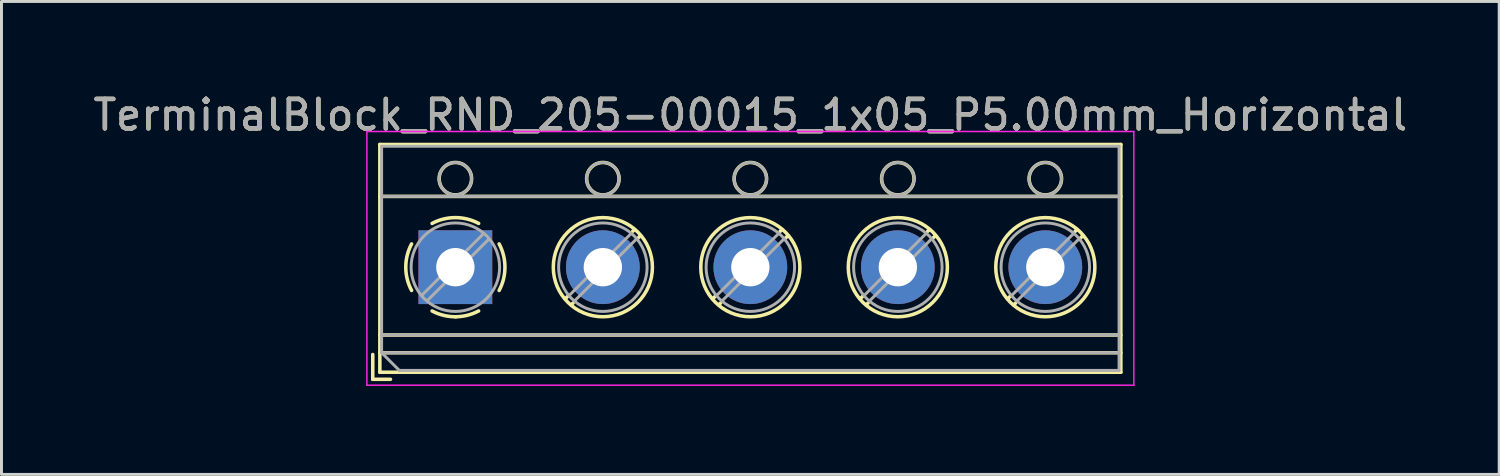
<source format=kicad_pcb>
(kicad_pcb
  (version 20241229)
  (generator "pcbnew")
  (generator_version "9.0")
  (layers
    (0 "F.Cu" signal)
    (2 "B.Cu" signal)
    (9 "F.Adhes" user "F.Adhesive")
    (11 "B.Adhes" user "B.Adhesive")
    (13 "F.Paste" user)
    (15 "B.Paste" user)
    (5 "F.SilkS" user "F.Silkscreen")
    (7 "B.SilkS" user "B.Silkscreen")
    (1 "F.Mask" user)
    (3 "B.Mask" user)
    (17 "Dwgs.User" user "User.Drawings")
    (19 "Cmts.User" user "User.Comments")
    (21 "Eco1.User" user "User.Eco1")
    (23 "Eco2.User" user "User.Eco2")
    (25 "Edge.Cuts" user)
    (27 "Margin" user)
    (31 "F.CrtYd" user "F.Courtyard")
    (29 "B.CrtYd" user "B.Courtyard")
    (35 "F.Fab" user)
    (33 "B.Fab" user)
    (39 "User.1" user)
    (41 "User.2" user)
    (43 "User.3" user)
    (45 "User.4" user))
  (footprint "TerminalBlock_RND_205-00015_1x05_P5.00mm_Horizontal"
    (layer "F.Cu")
    (at 12.387 6.008)
    (property "Reference" "TerminalBlock_RND_205-00015_1x05_P5.00mm_Horizontal" (at 10 -5.16 0) (layer "F.SilkS") (effects (font (size 1 1) (thickness 0.15))))
    (attr through_hole)
    (fp_line (start -2.8 2.96) (end -2.8 3.8) (stroke (width 0.12) (type solid)) (layer "F.SilkS"))
    (fp_line (start -2.8 3.8) (end -2.2 3.8) (stroke (width 0.12) (type solid)) (layer "F.SilkS"))
    (fp_line (start -2.56 -4.16) (end -2.56 3.561) (stroke (width 0.12) (type solid)) (layer "F.SilkS"))
    (fp_line (start -2.56 -4.16) (end 22.56 -4.16) (stroke (width 0.12) (type solid)) (layer "F.SilkS"))
    (fp_line (start -2.56 -2.4) (end 22.56 -2.4) (stroke (width 0.12) (type solid)) (layer "F.SilkS"))
    (fp_line (start -2.56 2.3) (end 22.56 2.3) (stroke (width 0.12) (type solid)) (layer "F.SilkS"))
    (fp_line (start -2.56 2.9) (end 22.56 2.9) (stroke (width 0.12) (type solid)) (layer "F.SilkS"))
    (fp_line (start -2.56 3.561) (end 22.56 3.561) (stroke (width 0.12) (type solid)) (layer "F.SilkS"))
    (fp_line (start 3.82 0.976) (end 3.726 1.069) (stroke (width 0.12) (type solid)) (layer "F.SilkS"))
    (fp_line (start 3.99 1.216) (end 3.931 1.274) (stroke (width 0.12) (type solid)) (layer "F.SilkS"))
    (fp_line (start 6.07 -1.275) (end 6.011 -1.216) (stroke (width 0.12) (type solid)) (layer "F.SilkS"))
    (fp_line (start 6.275 -1.069) (end 6.181 -0.976) (stroke (width 0.12) (type solid)) (layer "F.SilkS"))
    (fp_line (start 8.82 0.976) (end 8.726 1.069) (stroke (width 0.12) (type solid)) (layer "F.SilkS"))
    (fp_line (start 8.99 1.216) (end 8.931 1.274) (stroke (width 0.12) (type solid)) (layer "F.SilkS"))
    (fp_line (start 11.07 -1.275) (end 11.011 -1.216) (stroke (width 0.12) (type solid)) (layer "F.SilkS"))
    (fp_line (start 11.275 -1.069) (end 11.181 -0.976) (stroke (width 0.12) (type solid)) (layer "F.SilkS"))
    (fp_line (start 13.82 0.976) (end 13.726 1.069) (stroke (width 0.12) (type solid)) (layer "F.SilkS"))
    (fp_line (start 13.99 1.216) (end 13.931 1.274) (stroke (width 0.12) (type solid)) (layer "F.SilkS"))
    (fp_line (start 16.07 -1.275) (end 16.011 -1.216) (stroke (width 0.12) (type solid)) (layer "F.SilkS"))
    (fp_line (start 16.275 -1.069) (end 16.181 -0.976) (stroke (width 0.12) (type solid)) (layer "F.SilkS"))
    (fp_line (start 18.82 0.976) (end 18.726 1.069) (stroke (width 0.12) (type solid)) (layer "F.SilkS"))
    (fp_line (start 18.99 1.216) (end 18.931 1.274) (stroke (width 0.12) (type solid)) (layer "F.SilkS"))
    (fp_line (start 21.07 -1.275) (end 21.011 -1.216) (stroke (width 0.12) (type solid)) (layer "F.SilkS"))
    (fp_line (start 21.275 -1.069) (end 21.181 -0.976) (stroke (width 0.12) (type solid)) (layer "F.SilkS"))
    (fp_line (start 22.56 -4.16) (end 22.56 3.561) (stroke (width 0.12) (type solid)) (layer "F.SilkS"))
    (fp_arc (start -1.483953 0.789089) (mid -1.680708 0.00005) (end -1.484 -0.789) (stroke (width 0.12) (type solid)) (layer "F.SilkS"))
    (fp_arc (start -0.789089 -1.483953) (mid -0.00005 -1.680708) (end 0.789 -1.484) (stroke (width 0.12) (type solid)) (layer "F.SilkS"))
    (fp_arc (start 0.029383 1.68045) (mid -0.392304 1.634281) (end -0.789 1.484) (stroke (width 0.12) (type solid)) (layer "F.SilkS"))
    (fp_arc (start 0.788712 1.483352) (mid 0.406429 1.630097) (end 0 1.68) (stroke (width 0.12) (type solid)) (layer "F.SilkS"))
    (fp_arc (start 1.483953 -0.789089) (mid 1.680708 -0.00005) (end 1.484 0.789) (stroke (width 0.12) (type solid)) (layer "F.SilkS"))
    (fp_circle (center 0 -3) (end 0.55 -3) (stroke (width 0.12) (type solid)) (fill no) (layer "F.SilkS"))
    (fp_circle (center 5 -3) (end 5.55 -3) (stroke (width 0.12) (type solid)) (fill no) (layer "F.SilkS"))
    (fp_circle (center 5 0) (end 6.68 0) (stroke (width 0.12) (type solid)) (fill no) (layer "F.SilkS"))
    (fp_circle (center 10 -3) (end 10.55 -3) (stroke (width 0.12) (type solid)) (fill no) (layer "F.SilkS"))
    (fp_circle (center 10 0) (end 11.68 0) (stroke (width 0.12) (type solid)) (fill no) (layer "F.SilkS"))
    (fp_circle (center 15 -3) (end 15.55 -3) (stroke (width 0.12) (type solid)) (fill no) (layer "F.SilkS"))
    (fp_circle (center 15 0) (end 16.68 0) (stroke (width 0.12) (type solid)) (fill no) (layer "F.SilkS"))
    (fp_circle (center 20 -3) (end 20.55 -3) (stroke (width 0.12) (type solid)) (fill no) (layer "F.SilkS"))
    (fp_circle (center 20 0) (end 21.68 0) (stroke (width 0.12) (type solid)) (fill no) (layer "F.SilkS"))
    (fp_line (start -3 -4.6) (end -3 4) (stroke (width 0.05) (type solid)) (layer "F.CrtYd"))
    (fp_line (start -3 4) (end 23 4) (stroke (width 0.05) (type solid)) (layer "F.CrtYd"))
    (fp_line (start 23 -4.6) (end -3 -4.6) (stroke (width 0.05) (type solid)) (layer "F.CrtYd"))
    (fp_line (start 23 4) (end 23 -4.6) (stroke (width 0.05) (type solid)) (layer "F.CrtYd"))
    (fp_line (start -2.5 -4.1) (end 22.5 -4.1) (stroke (width 0.1) (type solid)) (layer "F.Fab"))
    (fp_line (start -2.5 -2.4) (end 22.5 -2.4) (stroke (width 0.1) (type solid)) (layer "F.Fab"))
    (fp_line (start -2.5 2.3) (end 22.5 2.3) (stroke (width 0.1) (type solid)) (layer "F.Fab"))
    (fp_line (start -2.5 2.9) (end -2.5 -4.1) (stroke (width 0.1) (type solid)) (layer "F.Fab"))
    (fp_line (start -2.5 2.9) (end 22.5 2.9) (stroke (width 0.1) (type solid)) (layer "F.Fab"))
    (fp_line (start -1.9 3.5) (end -2.5 2.9) (stroke (width 0.1) (type solid)) (layer "F.Fab"))
    (fp_line (start 0.955 -1.138) (end -1.138 0.955) (stroke (width 0.1) (type solid)) (layer "F.Fab"))
    (fp_line (start 1.138 -0.955) (end -0.955 1.138) (stroke (width 0.1) (type solid)) (layer "F.Fab"))
    (fp_line (start 5.955 -1.138) (end 3.863 0.955) (stroke (width 0.1) (type solid)) (layer "F.Fab"))
    (fp_line (start 6.138 -0.955) (end 4.046 1.138) (stroke (width 0.1) (type solid)) (layer "F.Fab"))
    (fp_line (start 10.955 -1.138) (end 8.863 0.955) (stroke (width 0.1) (type solid)) (layer "F.Fab"))
    (fp_line (start 11.138 -0.955) (end 9.046 1.138) (stroke (width 0.1) (type solid)) (layer "F.Fab"))
    (fp_line (start 15.955 -1.138) (end 13.863 0.955) (stroke (width 0.1) (type solid)) (layer "F.Fab"))
    (fp_line (start 16.138 -0.955) (end 14.046 1.138) (stroke (width 0.1) (type solid)) (layer "F.Fab"))
    (fp_line (start 20.955 -1.138) (end 18.863 0.955) (stroke (width 0.1) (type solid)) (layer "F.Fab"))
    (fp_line (start 21.138 -0.955) (end 19.046 1.138) (stroke (width 0.1) (type solid)) (layer "F.Fab"))
    (fp_line (start 22.5 -4.1) (end 22.5 3.5) (stroke (width 0.1) (type solid)) (layer "F.Fab"))
    (fp_line (start 22.5 3.5) (end -1.9 3.5) (stroke (width 0.1) (type solid)) (layer "F.Fab"))
    (fp_circle (center 0 -3) (end 0.55 -3) (stroke (width 0.1) (type solid)) (fill no) (layer "F.Fab"))
    (fp_circle (center 0 0) (end 1.5 0) (stroke (width 0.1) (type solid)) (fill no) (layer "F.Fab"))
    (fp_circle (center 5 -3) (end 5.55 -3) (stroke (width 0.1) (type solid)) (fill no) (layer "F.Fab"))
    (fp_circle (center 5 0) (end 6.5 0) (stroke (width 0.1) (type solid)) (fill no) (layer "F.Fab"))
    (fp_circle (center 10 -3) (end 10.55 -3) (stroke (width 0.1) (type solid)) (fill no) (layer "F.Fab"))
    (fp_circle (center 10 0) (end 11.5 0) (stroke (width 0.1) (type solid)) (fill no) (layer "F.Fab"))
    (fp_circle (center 15 -3) (end 15.55 -3) (stroke (width 0.1) (type solid)) (fill no) (layer "F.Fab"))
    (fp_circle (center 15 0) (end 16.5 0) (stroke (width 0.1) (type solid)) (fill no) (layer "F.Fab"))
    (fp_circle (center 20 -3) (end 20.55 -3) (stroke (width 0.1) (type solid)) (fill no) (layer "F.Fab"))
    (fp_circle (center 20 0) (end 21.5 0) (stroke (width 0.1) (type solid)) (fill no) (layer "F.Fab"))
    (fp_text user "${REFERENCE}" (at 10 -5.16 0) (layer "F.Fab") (effects (font (size 1 1) (thickness 0.15))))
    (pad "1" thru_hole rect (at 0 0) (size 2.5 2.5) (drill 1.3) (layers "*.Cu" "*.Mask"))
    (pad "2" thru_hole circle (at 5 0) (size 2.5 2.5) (drill 1.3) (layers "*.Cu" "*.Mask"))
    (pad "3" thru_hole circle (at 10 0) (size 2.5 2.5) (drill 1.3) (layers "*.Cu" "*.Mask"))
    (pad "4" thru_hole circle (at 15 0) (size 2.5 2.5) (drill 1.3) (layers "*.Cu" "*.Mask"))
    (pad "5" thru_hole circle (at 20 0) (size 2.5 2.5) (drill 1.3) (layers "*.Cu" "*.Mask")))
  (gr_rect
    (start -3 -3)
    (end 47.774 13.033)
    (stroke (width 0.1) (type default))
    (fill no)
    (layer "Edge.Cuts")))
</source>
